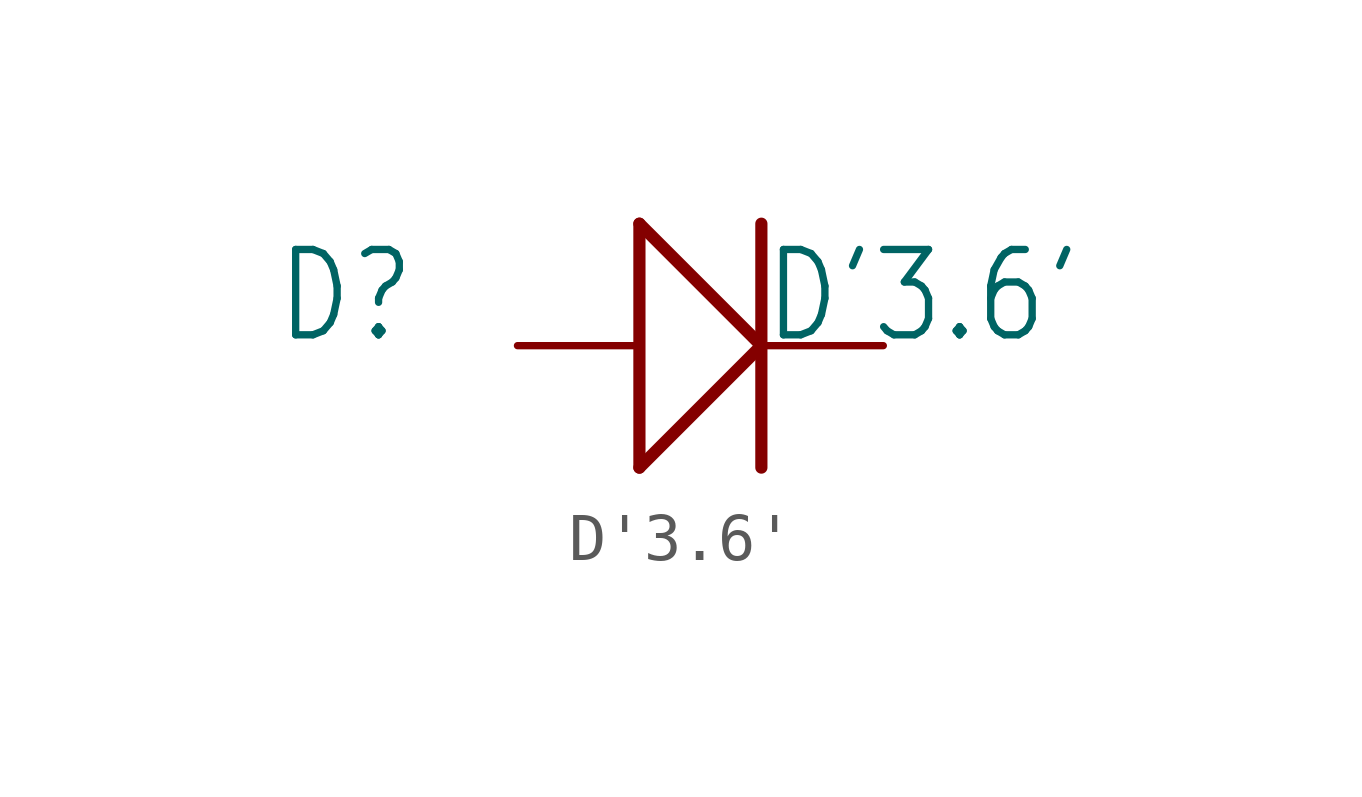
<source format=kicad_sym>
(kicad_symbol_lib
  (version 20211014)
  (generator kicad_symbol_editor)
  (symbol "D'3.6'"
    (property "Reference" "D"
      (at -8.89 0 0)
      (effects (font (size 1.778 1.511)) (justify left bottom)))
    (property "Value" "D'3.6'"
      (at 1.27 0 0)
      (effects (font (size 1.778 1.511)) (justify left bottom)))
    (property "ki_locked" ""
      (at 0 0 0)
      (effects (font (size 1.27 1.27))))
    (symbol "D'3.6'_1_0"
      (polyline (pts (xy -1.27 -2.54) (xy -1.27 2.54)) (stroke (width 0.254) (type default) (color 0 0 0 0)) (fill (type none)))
      (polyline (pts (xy -1.27 -2.54) (xy 1.27 0)) (stroke (width 0.254) (type default) (color 0 0 0 0)) (fill (type none)))
      (polyline (pts (xy -1.27 2.54) (xy 1.27 0)) (stroke (width 0.254) (type default) (color 0 0 0 0)) (fill (type none)))
      (polyline (pts (xy 1.27 2.54) (xy 1.27 -2.54)) (stroke (width 0.254) (type default) (color 0 0 0 0)) (fill (type none)))
      (pin passive line (at -3.81 0 0) (length 2.54) (name "+" (effects (font (size 0 0)))) (number "1" (effects (font (size 0 0)))))
      (pin passive line (at 3.81 0 180) (length 2.54) (name "-" (effects (font (size 0 0)))) (number "2" (effects (font (size 0 0))))))))
</source>
